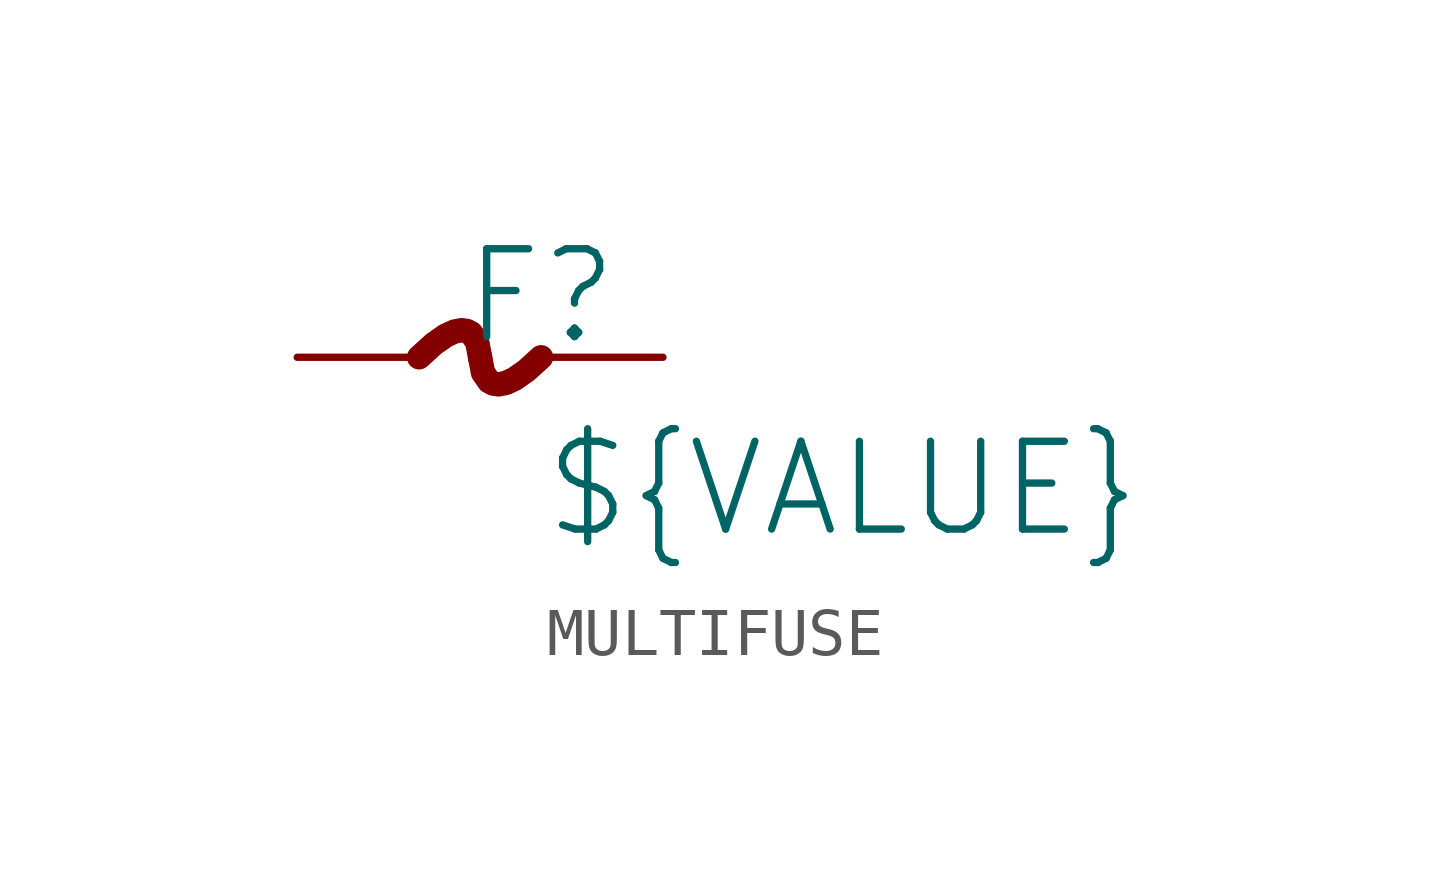
<source format=kicad_sym>
(kicad_symbol_lib
  (version 20241209)
  (generator "kicad_symbol_editor")
  (generator_version "9.0")
  (symbol "MULTIFUSE"
    (pin_numbers
      (hide yes))
    (pin_names
      (hide yes))
    (property "Reference" "F"
      (at -1.27 1.27 0)
      (effects (font (size 1.829 1.829))))
    (property "Value" "${VALUE}"
      (at -1.27 -3.81 0)
      (effects (font (size 1.829 1.829)) (justify left bottom)))
    (symbol "MULTIFUSE_1_0"
      (bezier (pts (xy -3.81 0) (xy -2.54 1.27) (xy -2.54 0) (xy -2.54 0)) (stroke (width 0.508) (type solid)) (fill (type none)))
      (bezier (pts (xy -1.27 0) (xy -2.54 -1.27) (xy -2.54 0) (xy -2.54 0)) (stroke (width 0.508) (type solid)) (fill (type none)))
      (pin passive line (at -6.35 0 0) (length 2.54) (name "1" (effects (font (size 1.27 1.27)))) (number "1" (effects (font (size 1.27 1.27)))))
      (pin passive line (at 1.27 0 180) (length 2.54) (name "2" (effects (font (size 1.27 1.27)))) (number "2" (effects (font (size 1.27 1.27))))))))
</source>
